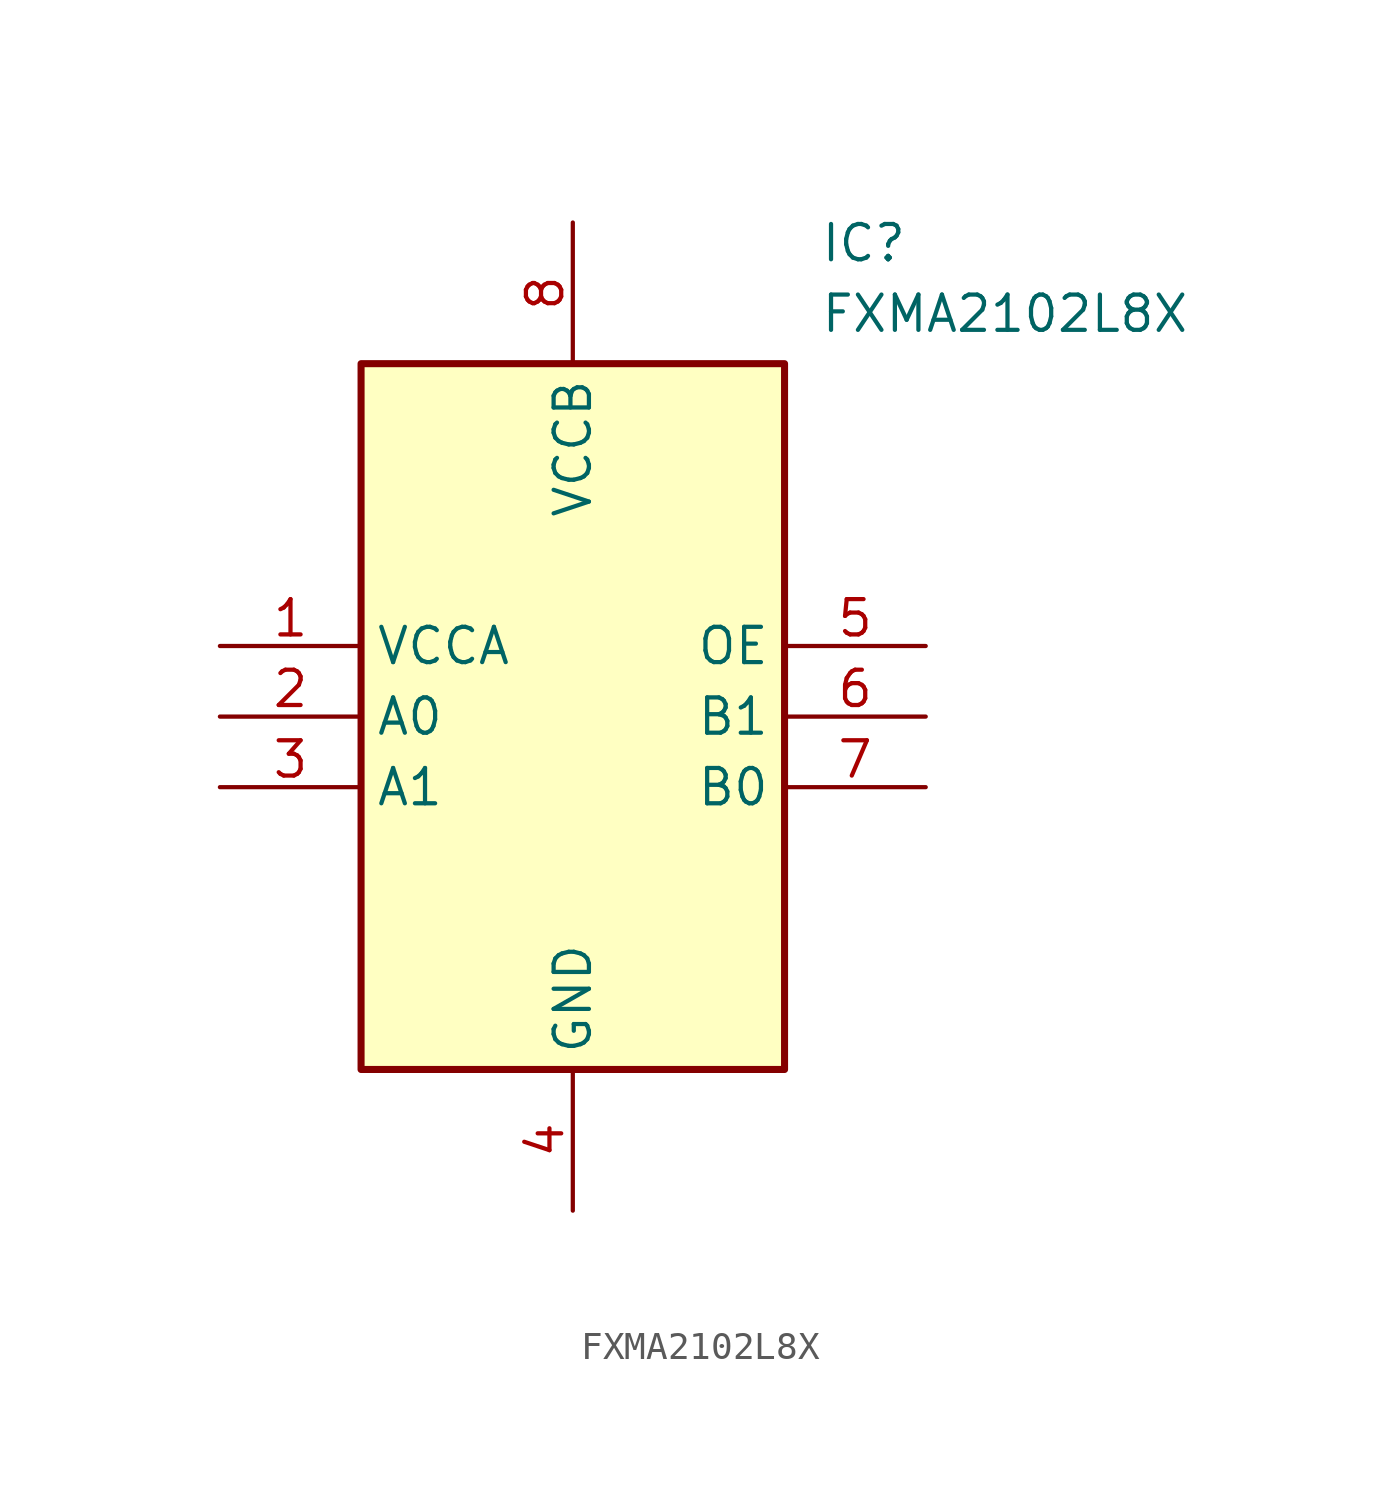
<source format=kicad_sym>
(kicad_symbol_lib
  (version 20211014)
  (generator SamacSys_ECAD_Model)
  (symbol "FXMA2102L8X"
    (property "Reference" "IC"
      (at 21.59 15.24 0)
      (effects (font (size 1.27 1.27)) (justify left top)))
    (property "Value" "FXMA2102L8X"
      (at 21.59 12.7 0)
      (effects (font (size 1.27 1.27)) (justify left top)))
    (rectangle
      (start 5.08 10.16)
      (end 20.32 -15.24)
      (stroke (width 0.254) (type default))
      (fill (type background)))
    (pin power_in line
      (at 0 0 0)
      (length 5.08)
      (name "VCCA" (effects (font (size 1.27 1.27))))
      (number "1" (effects (font (size 1.27 1.27)))))
    (pin bidirectional line
      (at 0 -2.54 0)
      (length 5.08)
      (name "A0" (effects (font (size 1.27 1.27))))
      (number "2" (effects (font (size 1.27 1.27)))))
    (pin bidirectional line
      (at 0 -5.08 0)
      (length 5.08)
      (name "A1" (effects (font (size 1.27 1.27))))
      (number "3" (effects (font (size 1.27 1.27)))))
    (pin power_in line
      (at 12.7 -20.32 90)
      (length 5.08)
      (name "GND" (effects (font (size 1.27 1.27))))
      (number "4" (effects (font (size 1.27 1.27)))))
    (pin input line
      (at 25.4 0 180)
      (length 5.08)
      (name "OE" (effects (font (size 1.27 1.27))))
      (number "5" (effects (font (size 1.27 1.27)))))
    (pin bidirectional line
      (at 25.4 -2.54 180)
      (length 5.08)
      (name "B1" (effects (font (size 1.27 1.27))))
      (number "6" (effects (font (size 1.27 1.27)))))
    (pin bidirectional line
      (at 25.4 -5.08 180)
      (length 5.08)
      (name "B0" (effects (font (size 1.27 1.27))))
      (number "7" (effects (font (size 1.27 1.27)))))
    (pin power_in line
      (at 12.7 15.24 270)
      (length 5.08)
      (name "VCCB" (effects (font (size 1.27 1.27))))
      (number "8" (effects (font (size 1.27 1.27)))))))
</source>
